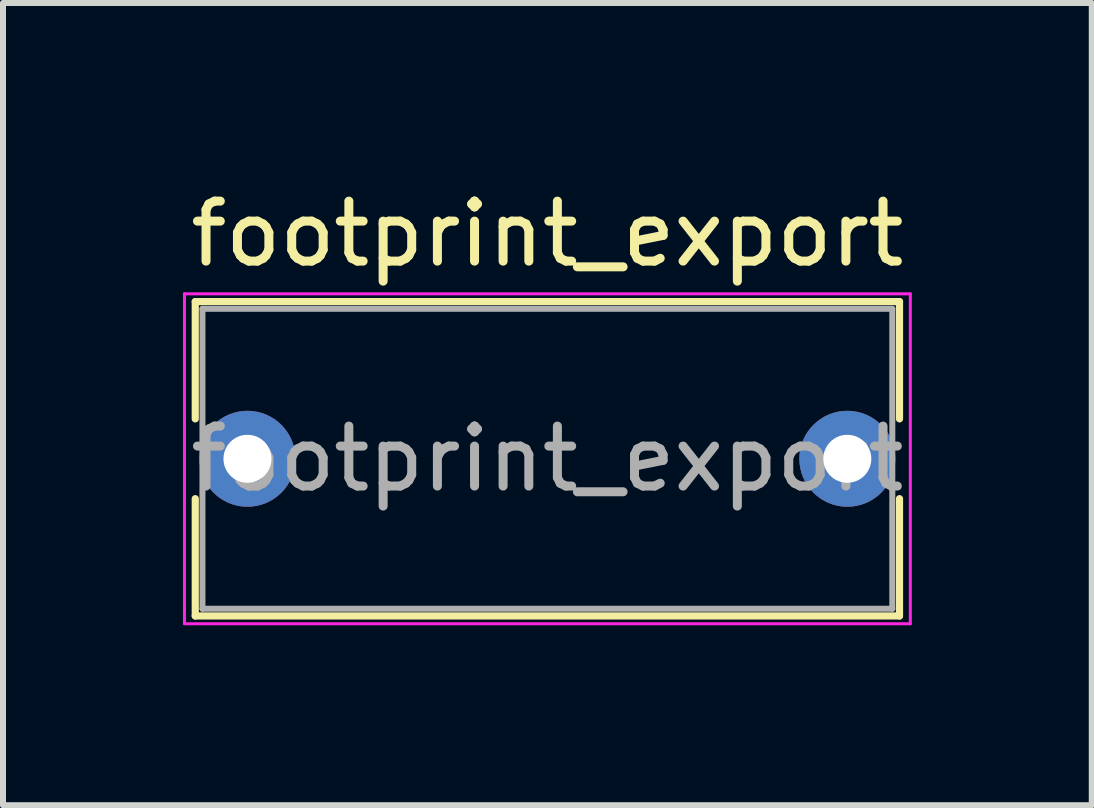
<source format=kicad_pcb>
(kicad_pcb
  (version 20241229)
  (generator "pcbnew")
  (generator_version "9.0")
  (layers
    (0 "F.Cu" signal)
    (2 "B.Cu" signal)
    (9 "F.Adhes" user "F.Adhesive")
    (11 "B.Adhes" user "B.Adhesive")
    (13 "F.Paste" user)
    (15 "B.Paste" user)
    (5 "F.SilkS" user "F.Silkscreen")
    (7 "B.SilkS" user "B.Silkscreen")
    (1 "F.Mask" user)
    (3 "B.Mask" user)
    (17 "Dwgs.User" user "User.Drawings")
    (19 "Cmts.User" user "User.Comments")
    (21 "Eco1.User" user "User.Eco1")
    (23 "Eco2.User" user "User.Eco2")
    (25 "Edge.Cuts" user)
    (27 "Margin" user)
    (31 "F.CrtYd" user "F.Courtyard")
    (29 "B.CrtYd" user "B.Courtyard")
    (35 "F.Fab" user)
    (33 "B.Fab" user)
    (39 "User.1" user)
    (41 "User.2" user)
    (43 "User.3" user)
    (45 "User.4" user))
  (footprint "footprint_export"
    (layer "F.Cu")
    (at 1.075 4.598)
    (property "Reference" "footprint_export" (at 5 -3.75 0) (layer "F.SilkS") (effects (font (size 1 1) (thickness 0.15))))
    (attr through_hole)
    (fp_line (start -0.87 -2.62) (end -0.87 -0.665) (stroke (width 0.12) (type solid)) (layer "F.SilkS"))
    (fp_line (start -0.87 -2.62) (end 10.87 -2.62) (stroke (width 0.12) (type solid)) (layer "F.SilkS"))
    (fp_line (start -0.87 0.665) (end -0.87 2.62) (stroke (width 0.12) (type solid)) (layer "F.SilkS"))
    (fp_line (start -0.87 2.62) (end 10.87 2.62) (stroke (width 0.12) (type solid)) (layer "F.SilkS"))
    (fp_line (start 10.87 -2.62) (end 10.87 -0.665) (stroke (width 0.12) (type solid)) (layer "F.SilkS"))
    (fp_line (start 10.87 0.665) (end 10.87 2.62) (stroke (width 0.12) (type solid)) (layer "F.SilkS"))
    (fp_line (start -1.05 -2.75) (end -1.05 2.75) (stroke (width 0.05) (type solid)) (layer "F.CrtYd"))
    (fp_line (start -1.05 2.75) (end 11.05 2.75) (stroke (width 0.05) (type solid)) (layer "F.CrtYd"))
    (fp_line (start 11.05 -2.75) (end -1.05 -2.75) (stroke (width 0.05) (type solid)) (layer "F.CrtYd"))
    (fp_line (start 11.05 2.75) (end 11.05 -2.75) (stroke (width 0.05) (type solid)) (layer "F.CrtYd"))
    (fp_line (start -0.75 -2.5) (end -0.75 2.5) (stroke (width 0.1) (type solid)) (layer "F.Fab"))
    (fp_line (start -0.75 2.5) (end 10.75 2.5) (stroke (width 0.1) (type solid)) (layer "F.Fab"))
    (fp_line (start 10.75 -2.5) (end -0.75 -2.5) (stroke (width 0.1) (type solid)) (layer "F.Fab"))
    (fp_line (start 10.75 2.5) (end 10.75 -2.5) (stroke (width 0.1) (type solid)) (layer "F.Fab"))
    (fp_text user "${REFERENCE}" (at 5 0 0) (layer "F.Fab") (effects (font (size 1 1) (thickness 0.15))))
    (pad "1" thru_hole circle (at 0 0) (size 1.6 1.6) (drill 0.8) (layers "*.Cu" "*.Mask"))
    (pad "2" thru_hole circle (at 10 0) (size 1.6 1.6) (drill 0.8) (layers "*.Cu" "*.Mask")))
  (gr_rect
    (start -3 -3)
    (end 15.15 10.373)
    (stroke (width 0.1) (type default))
    (fill no)
    (layer "Edge.Cuts")))
</source>
